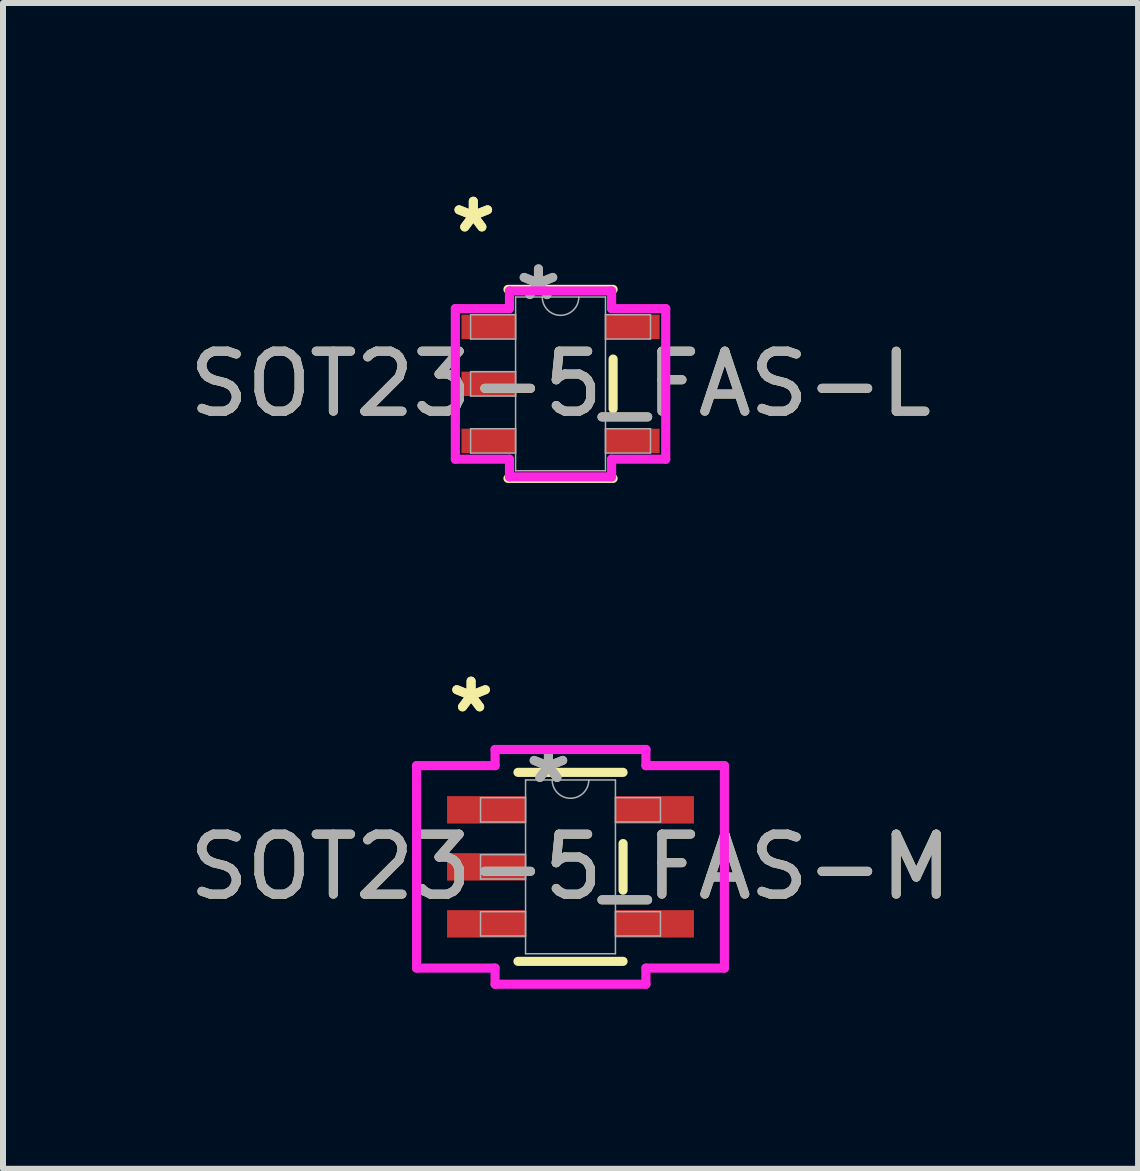
<source format=kicad_pcb>
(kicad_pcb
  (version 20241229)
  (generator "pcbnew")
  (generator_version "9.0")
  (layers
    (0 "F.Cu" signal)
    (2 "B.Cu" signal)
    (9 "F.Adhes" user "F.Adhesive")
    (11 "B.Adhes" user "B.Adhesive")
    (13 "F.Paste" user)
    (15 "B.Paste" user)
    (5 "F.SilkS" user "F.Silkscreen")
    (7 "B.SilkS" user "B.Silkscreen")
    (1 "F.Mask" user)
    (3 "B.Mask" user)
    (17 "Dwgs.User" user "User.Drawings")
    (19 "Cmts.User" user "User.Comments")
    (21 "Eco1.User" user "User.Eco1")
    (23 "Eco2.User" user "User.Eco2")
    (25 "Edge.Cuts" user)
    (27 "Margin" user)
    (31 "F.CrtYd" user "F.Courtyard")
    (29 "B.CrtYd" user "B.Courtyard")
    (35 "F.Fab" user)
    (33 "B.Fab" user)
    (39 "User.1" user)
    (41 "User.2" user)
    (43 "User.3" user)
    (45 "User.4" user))
  (footprint "SOT23-5_FAS-L"
    (layer "F.Cu")
    (at 6.292 3.348)
    (property "Reference" "SOT23-5_FAS-L" (at 0 0 0) (unlocked yes) (layer "F.SilkS") (effects (font (size 1 1) (thickness 0.15))))
    (attr smd)
    (fp_line (start -0.876 1.575) (end 0.876 1.575) (stroke (width 0.152) (type solid)) (layer "F.SilkS"))
    (fp_line (start 0.876 -1.575) (end -0.876 -1.575) (stroke (width 0.152) (type solid)) (layer "F.SilkS"))
    (fp_line (start 0.876 0.414) (end 0.876 -0.414) (stroke (width 0.152) (type solid)) (layer "F.SilkS"))
    (fp_line (start -1.753 -1.255) (end -0.851 -1.255) (stroke (width 0.152) (type solid)) (layer "F.CrtYd"))
    (fp_line (start -1.753 1.255) (end -1.753 -1.255) (stroke (width 0.152) (type solid)) (layer "F.CrtYd"))
    (fp_line (start -1.753 1.255) (end -0.851 1.255) (stroke (width 0.152) (type solid)) (layer "F.CrtYd"))
    (fp_line (start -0.851 -1.549) (end 0.851 -1.549) (stroke (width 0.152) (type solid)) (layer "F.CrtYd"))
    (fp_line (start -0.851 -1.255) (end -0.851 -1.549) (stroke (width 0.152) (type solid)) (layer "F.CrtYd"))
    (fp_line (start -0.851 1.549) (end -0.851 1.255) (stroke (width 0.152) (type solid)) (layer "F.CrtYd"))
    (fp_line (start 0.851 -1.549) (end 0.851 -1.255) (stroke (width 0.152) (type solid)) (layer "F.CrtYd"))
    (fp_line (start 0.851 1.255) (end 0.851 1.549) (stroke (width 0.152) (type solid)) (layer "F.CrtYd"))
    (fp_line (start 0.851 1.549) (end -0.851 1.549) (stroke (width 0.152) (type solid)) (layer "F.CrtYd"))
    (fp_line (start 1.753 -1.255) (end 0.851 -1.255) (stroke (width 0.152) (type solid)) (layer "F.CrtYd"))
    (fp_line (start 1.753 -1.255) (end 1.753 1.255) (stroke (width 0.152) (type solid)) (layer "F.CrtYd"))
    (fp_line (start 1.753 1.255) (end 0.851 1.255) (stroke (width 0.152) (type solid)) (layer "F.CrtYd"))
    (fp_line (start -1.499 -1.153) (end -1.499 -0.747) (stroke (width 0.025) (type solid)) (layer "F.Fab"))
    (fp_line (start -1.499 -0.747) (end -0.749 -0.747) (stroke (width 0.025) (type solid)) (layer "F.Fab"))
    (fp_line (start -1.499 -0.203) (end -1.499 0.203) (stroke (width 0.025) (type solid)) (layer "F.Fab"))
    (fp_line (start -1.499 0.203) (end -0.749 0.203) (stroke (width 0.025) (type solid)) (layer "F.Fab"))
    (fp_line (start -1.499 0.747) (end -1.499 1.153) (stroke (width 0.025) (type solid)) (layer "F.Fab"))
    (fp_line (start -1.499 1.153) (end -0.749 1.153) (stroke (width 0.025) (type solid)) (layer "F.Fab"))
    (fp_line (start -0.749 -1.448) (end -0.749 1.448) (stroke (width 0.025) (type solid)) (layer "F.Fab"))
    (fp_line (start -0.749 -1.153) (end -1.499 -1.153) (stroke (width 0.025) (type solid)) (layer "F.Fab"))
    (fp_line (start -0.749 -0.747) (end -0.749 -1.153) (stroke (width 0.025) (type solid)) (layer "F.Fab"))
    (fp_line (start -0.749 -0.203) (end -1.499 -0.203) (stroke (width 0.025) (type solid)) (layer "F.Fab"))
    (fp_line (start -0.749 0.203) (end -0.749 -0.203) (stroke (width 0.025) (type solid)) (layer "F.Fab"))
    (fp_line (start -0.749 0.747) (end -1.499 0.747) (stroke (width 0.025) (type solid)) (layer "F.Fab"))
    (fp_line (start -0.749 1.153) (end -0.749 0.747) (stroke (width 0.025) (type solid)) (layer "F.Fab"))
    (fp_line (start -0.749 1.448) (end 0.749 1.448) (stroke (width 0.025) (type solid)) (layer "F.Fab"))
    (fp_line (start 0.749 -1.448) (end -0.749 -1.448) (stroke (width 0.025) (type solid)) (layer "F.Fab"))
    (fp_line (start 0.749 -1.153) (end 0.749 -0.747) (stroke (width 0.025) (type solid)) (layer "F.Fab"))
    (fp_line (start 0.749 -0.747) (end 1.499 -0.747) (stroke (width 0.025) (type solid)) (layer "F.Fab"))
    (fp_line (start 0.749 0.747) (end 0.749 1.153) (stroke (width 0.025) (type solid)) (layer "F.Fab"))
    (fp_line (start 0.749 1.153) (end 1.499 1.153) (stroke (width 0.025) (type solid)) (layer "F.Fab"))
    (fp_line (start 0.749 1.448) (end 0.749 -1.448) (stroke (width 0.025) (type solid)) (layer "F.Fab"))
    (fp_line (start 1.499 -1.153) (end 0.749 -1.153) (stroke (width 0.025) (type solid)) (layer "F.Fab"))
    (fp_line (start 1.499 -0.747) (end 1.499 -1.153) (stroke (width 0.025) (type solid)) (layer "F.Fab"))
    (fp_line (start 1.499 0.747) (end 0.749 0.747) (stroke (width 0.025) (type solid)) (layer "F.Fab"))
    (fp_line (start 1.499 1.153) (end 1.499 0.747) (stroke (width 0.025) (type solid)) (layer "F.Fab"))
    (fp_arc (start 0.3048 -1.4478) (mid 0 -1.143) (end -0.3048 -1.4478) (stroke (width 0.0254) (type solid)) (layer "F.Fab"))
    (fp_text user "*" (at -1.454 -2.499 0) (layer "F.SilkS") (effects (font (size 1 1) (thickness 0.15))))
    (fp_text user "*" (at -1.454 -2.499 0) (unlocked yes) (layer "F.SilkS") (effects (font (size 1 1) (thickness 0.15))))
    (fp_text user "*" (at -0.368 -1.372 0) (layer "F.Fab") (effects (font (size 1 1) (thickness 0.15))))
    (fp_text user "*" (at -0.368 -1.372 0) (unlocked yes) (layer "F.Fab") (effects (font (size 1 1) (thickness 0.15))))
    (fp_text user "${REFERENCE}" (at 0 0 0) (unlocked yes) (layer "F.Fab") (effects (font (size 1 1) (thickness 0.15))))
    (pad "1" smd rect (at -1.2 -0.95) (size 0.902 0.406) (layers "F.Cu" "F.Mask" "F.Paste"))
    (pad "2" smd rect (at -1.2 0) (size 0.902 0.406) (layers "F.Cu" "F.Mask" "F.Paste"))
    (pad "3" smd rect (at -1.2 0.95) (size 0.902 0.406) (layers "F.Cu" "F.Mask" "F.Paste"))
    (pad "4" smd rect (at 1.2 0.95) (size 0.902 0.406) (layers "F.Cu" "F.Mask" "F.Paste"))
    (pad "5" smd rect (at 1.2 -0.95) (size 0.902 0.406) (layers "F.Cu" "F.Mask" "F.Paste")))
  (footprint "SOT23-5_FAS-M"
    (layer "F.Cu")
    (at 6.458 11.397)
    (property "Reference" "SOT23-5_FAS-M" (at 0 0 0) (unlocked yes) (layer "F.SilkS") (effects (font (size 1 1) (thickness 0.15))))
    (attr smd)
    (fp_line (start -0.876 1.575) (end 0.876 1.575) (stroke (width 0.152) (type solid)) (layer "F.SilkS"))
    (fp_line (start 0.876 -1.575) (end -0.876 -1.575) (stroke (width 0.152) (type solid)) (layer "F.SilkS"))
    (fp_line (start 0.876 0.389) (end 0.876 -0.389) (stroke (width 0.152) (type solid)) (layer "F.SilkS"))
    (fp_line (start -2.565 -1.687) (end -1.257 -1.687) (stroke (width 0.152) (type solid)) (layer "F.CrtYd"))
    (fp_line (start -2.565 1.687) (end -2.565 -1.687) (stroke (width 0.152) (type solid)) (layer "F.CrtYd"))
    (fp_line (start -2.565 1.687) (end -1.257 1.687) (stroke (width 0.152) (type solid)) (layer "F.CrtYd"))
    (fp_line (start -1.257 -1.956) (end 1.257 -1.956) (stroke (width 0.152) (type solid)) (layer "F.CrtYd"))
    (fp_line (start -1.257 -1.687) (end -1.257 -1.956) (stroke (width 0.152) (type solid)) (layer "F.CrtYd"))
    (fp_line (start -1.257 1.956) (end -1.257 1.687) (stroke (width 0.152) (type solid)) (layer "F.CrtYd"))
    (fp_line (start 1.257 -1.956) (end 1.257 -1.687) (stroke (width 0.152) (type solid)) (layer "F.CrtYd"))
    (fp_line (start 1.257 1.687) (end 1.257 1.956) (stroke (width 0.152) (type solid)) (layer "F.CrtYd"))
    (fp_line (start 1.257 1.956) (end -1.257 1.956) (stroke (width 0.152) (type solid)) (layer "F.CrtYd"))
    (fp_line (start 2.565 -1.687) (end 1.257 -1.687) (stroke (width 0.152) (type solid)) (layer "F.CrtYd"))
    (fp_line (start 2.565 -1.687) (end 2.565 1.687) (stroke (width 0.152) (type solid)) (layer "F.CrtYd"))
    (fp_line (start 2.565 1.687) (end 1.257 1.687) (stroke (width 0.152) (type solid)) (layer "F.CrtYd"))
    (fp_line (start -1.499 -1.153) (end -1.499 -0.747) (stroke (width 0.025) (type solid)) (layer "F.Fab"))
    (fp_line (start -1.499 -0.747) (end -0.749 -0.747) (stroke (width 0.025) (type solid)) (layer "F.Fab"))
    (fp_line (start -1.499 -0.203) (end -1.499 0.203) (stroke (width 0.025) (type solid)) (layer "F.Fab"))
    (fp_line (start -1.499 0.203) (end -0.749 0.203) (stroke (width 0.025) (type solid)) (layer "F.Fab"))
    (fp_line (start -1.499 0.747) (end -1.499 1.153) (stroke (width 0.025) (type solid)) (layer "F.Fab"))
    (fp_line (start -1.499 1.153) (end -0.749 1.153) (stroke (width 0.025) (type solid)) (layer "F.Fab"))
    (fp_line (start -0.749 -1.448) (end -0.749 1.448) (stroke (width 0.025) (type solid)) (layer "F.Fab"))
    (fp_line (start -0.749 -1.153) (end -1.499 -1.153) (stroke (width 0.025) (type solid)) (layer "F.Fab"))
    (fp_line (start -0.749 -0.747) (end -0.749 -1.153) (stroke (width 0.025) (type solid)) (layer "F.Fab"))
    (fp_line (start -0.749 -0.203) (end -1.499 -0.203) (stroke (width 0.025) (type solid)) (layer "F.Fab"))
    (fp_line (start -0.749 0.203) (end -0.749 -0.203) (stroke (width 0.025) (type solid)) (layer "F.Fab"))
    (fp_line (start -0.749 0.747) (end -1.499 0.747) (stroke (width 0.025) (type solid)) (layer "F.Fab"))
    (fp_line (start -0.749 1.153) (end -0.749 0.747) (stroke (width 0.025) (type solid)) (layer "F.Fab"))
    (fp_line (start -0.749 1.448) (end 0.749 1.448) (stroke (width 0.025) (type solid)) (layer "F.Fab"))
    (fp_line (start 0.749 -1.448) (end -0.749 -1.448) (stroke (width 0.025) (type solid)) (layer "F.Fab"))
    (fp_line (start 0.749 -1.153) (end 0.749 -0.747) (stroke (width 0.025) (type solid)) (layer "F.Fab"))
    (fp_line (start 0.749 -0.747) (end 1.499 -0.747) (stroke (width 0.025) (type solid)) (layer "F.Fab"))
    (fp_line (start 0.749 0.747) (end 0.749 1.153) (stroke (width 0.025) (type solid)) (layer "F.Fab"))
    (fp_line (start 0.749 1.153) (end 1.499 1.153) (stroke (width 0.025) (type solid)) (layer "F.Fab"))
    (fp_line (start 0.749 1.448) (end 0.749 -1.448) (stroke (width 0.025) (type solid)) (layer "F.Fab"))
    (fp_line (start 1.499 -1.153) (end 0.749 -1.153) (stroke (width 0.025) (type solid)) (layer "F.Fab"))
    (fp_line (start 1.499 -0.747) (end 1.499 -1.153) (stroke (width 0.025) (type solid)) (layer "F.Fab"))
    (fp_line (start 1.499 0.747) (end 0.749 0.747) (stroke (width 0.025) (type solid)) (layer "F.Fab"))
    (fp_line (start 1.499 1.153) (end 1.499 0.747) (stroke (width 0.025) (type solid)) (layer "F.Fab"))
    (fp_arc (start 0.3048 -1.4478) (mid 0 -1.143) (end -0.3048 -1.4478) (stroke (width 0.0254) (type solid)) (layer "F.Fab"))
    (fp_text user "*" (at -1.657 -2.55 0) (unlocked yes) (layer "F.SilkS") (effects (font (size 1 1) (thickness 0.15))))
    (fp_text user "*" (at -1.657 -2.55 0) (layer "F.SilkS") (effects (font (size 1 1) (thickness 0.15))))
    (fp_text user "*" (at -0.368 -1.372 0) (unlocked yes) (layer "F.Fab") (effects (font (size 1 1) (thickness 0.15))))
    (fp_text user "${REFERENCE}" (at 0 0 0) (unlocked yes) (layer "F.Fab") (effects (font (size 1 1) (thickness 0.15))))
    (fp_text user "*" (at -0.368 -1.372 0) (layer "F.Fab") (effects (font (size 1 1) (thickness 0.15))))
    (pad "1" smd rect (at -1.403 -0.95) (size 1.308 0.457) (layers "F.Cu" "F.Mask" "F.Paste"))
    (pad "2" smd rect (at -1.403 0) (size 1.308 0.457) (layers "F.Cu" "F.Mask" "F.Paste"))
    (pad "3" smd rect (at -1.403 0.95) (size 1.308 0.457) (layers "F.Cu" "F.Mask" "F.Paste"))
    (pad "4" smd rect (at 1.403 0.95) (size 1.308 0.457) (layers "F.Cu" "F.Mask" "F.Paste"))
    (pad "5" smd rect (at 1.403 -0.95) (size 1.308 0.457) (layers "F.Cu" "F.Mask" "F.Paste")))
  (gr_rect
    (start -3 -3)
    (end 15.917 16.429)
    (stroke (width 0.1) (type default))
    (fill no)
    (layer "Edge.Cuts")))
</source>
